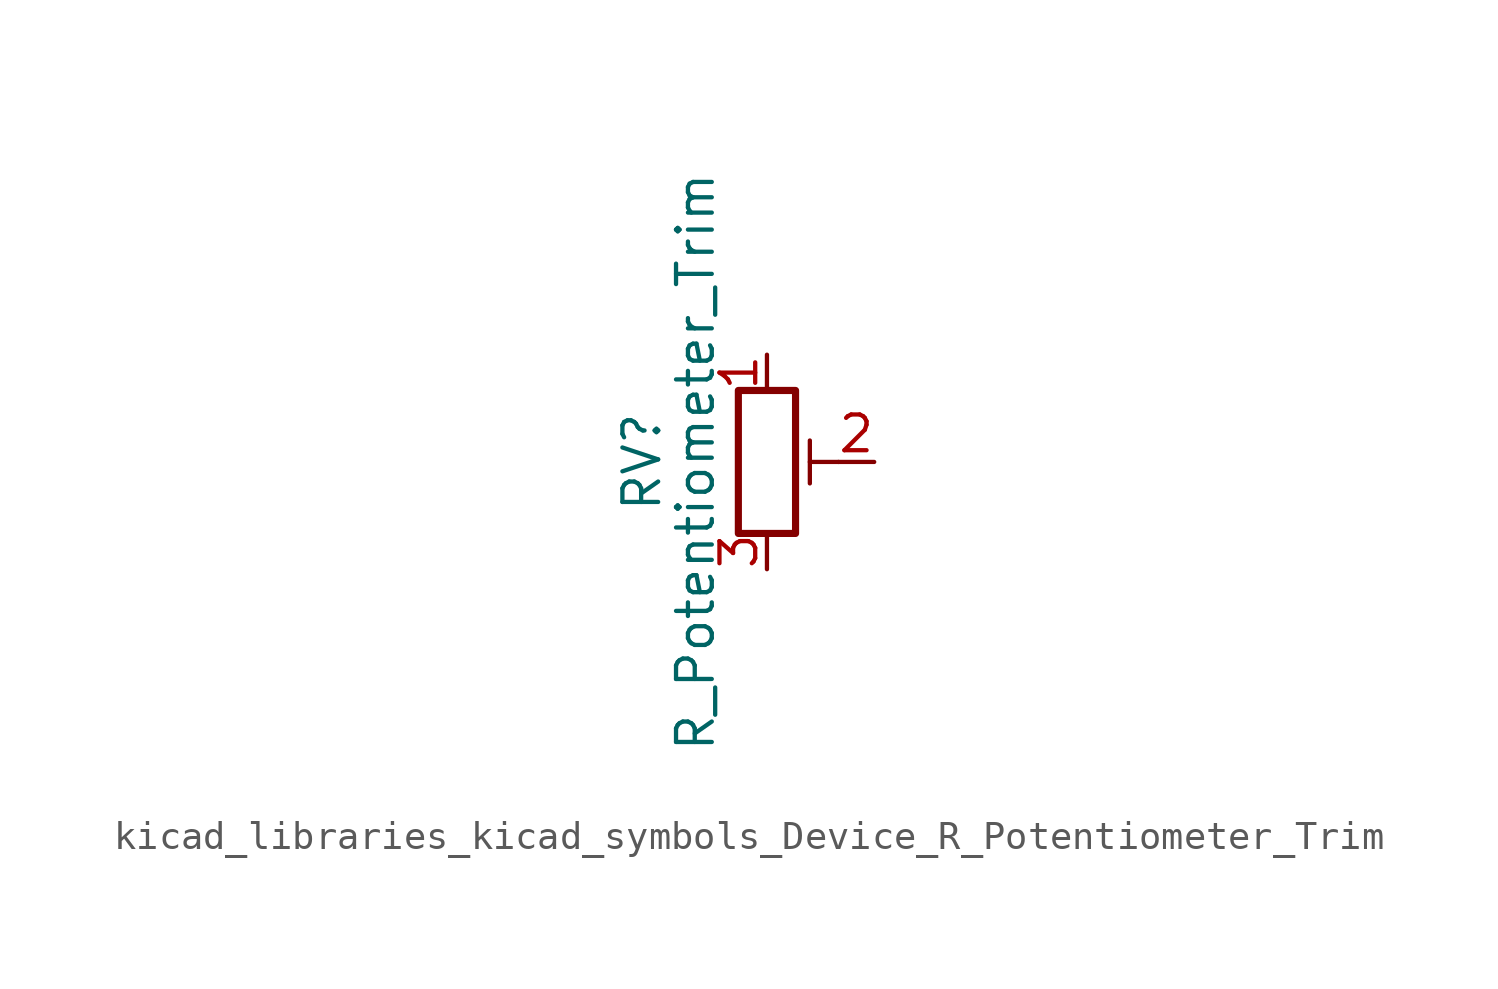
<source format=kicad_sym>
(kicad_symbol_lib
  (version 20220914)
  (generator kicad_symbol_editor)
  (symbol "kicad_libraries_kicad_symbols_Device_R_Potentiometer_Trim"
    (pin_names
      (offset 1.016) hide)
    (property "Reference" "RV"
      (at -4.445 0 90)
      (effects (font (size 1.27 1.27))))
    (property "Value" "R_Potentiometer_Trim"
      (at -2.54 0 90)
      (effects (font (size 1.27 1.27))))
    (symbol "kicad_libraries_kicad_symbols_Device_R_Potentiometer_Trim_0_1"
      (polyline (pts (xy 1.524 0.762) (xy 1.524 -0.762)) (stroke (width 0) (type default)) (fill (type none)))
      (polyline (pts (xy 2.54 0) (xy 1.524 0)) (stroke (width 0) (type default)) (fill (type none)))
      (rectangle (start 1.016 2.54) (end -1.016 -2.54) (stroke (width 0.254) (type default)) (fill (type none))))
    (symbol "kicad_libraries_kicad_symbols_Device_R_Potentiometer_Trim_1_1"
      (pin passive line (at 0 3.81 270) (length 1.27) (name "1" (effects (font (size 1.27 1.27)))) (number "1" (effects (font (size 1.27 1.27)))))
      (pin passive line (at 3.81 0 180) (length 1.27) (name "2" (effects (font (size 1.27 1.27)))) (number "2" (effects (font (size 1.27 1.27)))))
      (pin passive line (at 0 -3.81 90) (length 1.27) (name "3" (effects (font (size 1.27 1.27)))) (number "3" (effects (font (size 1.27 1.27))))))))
</source>
